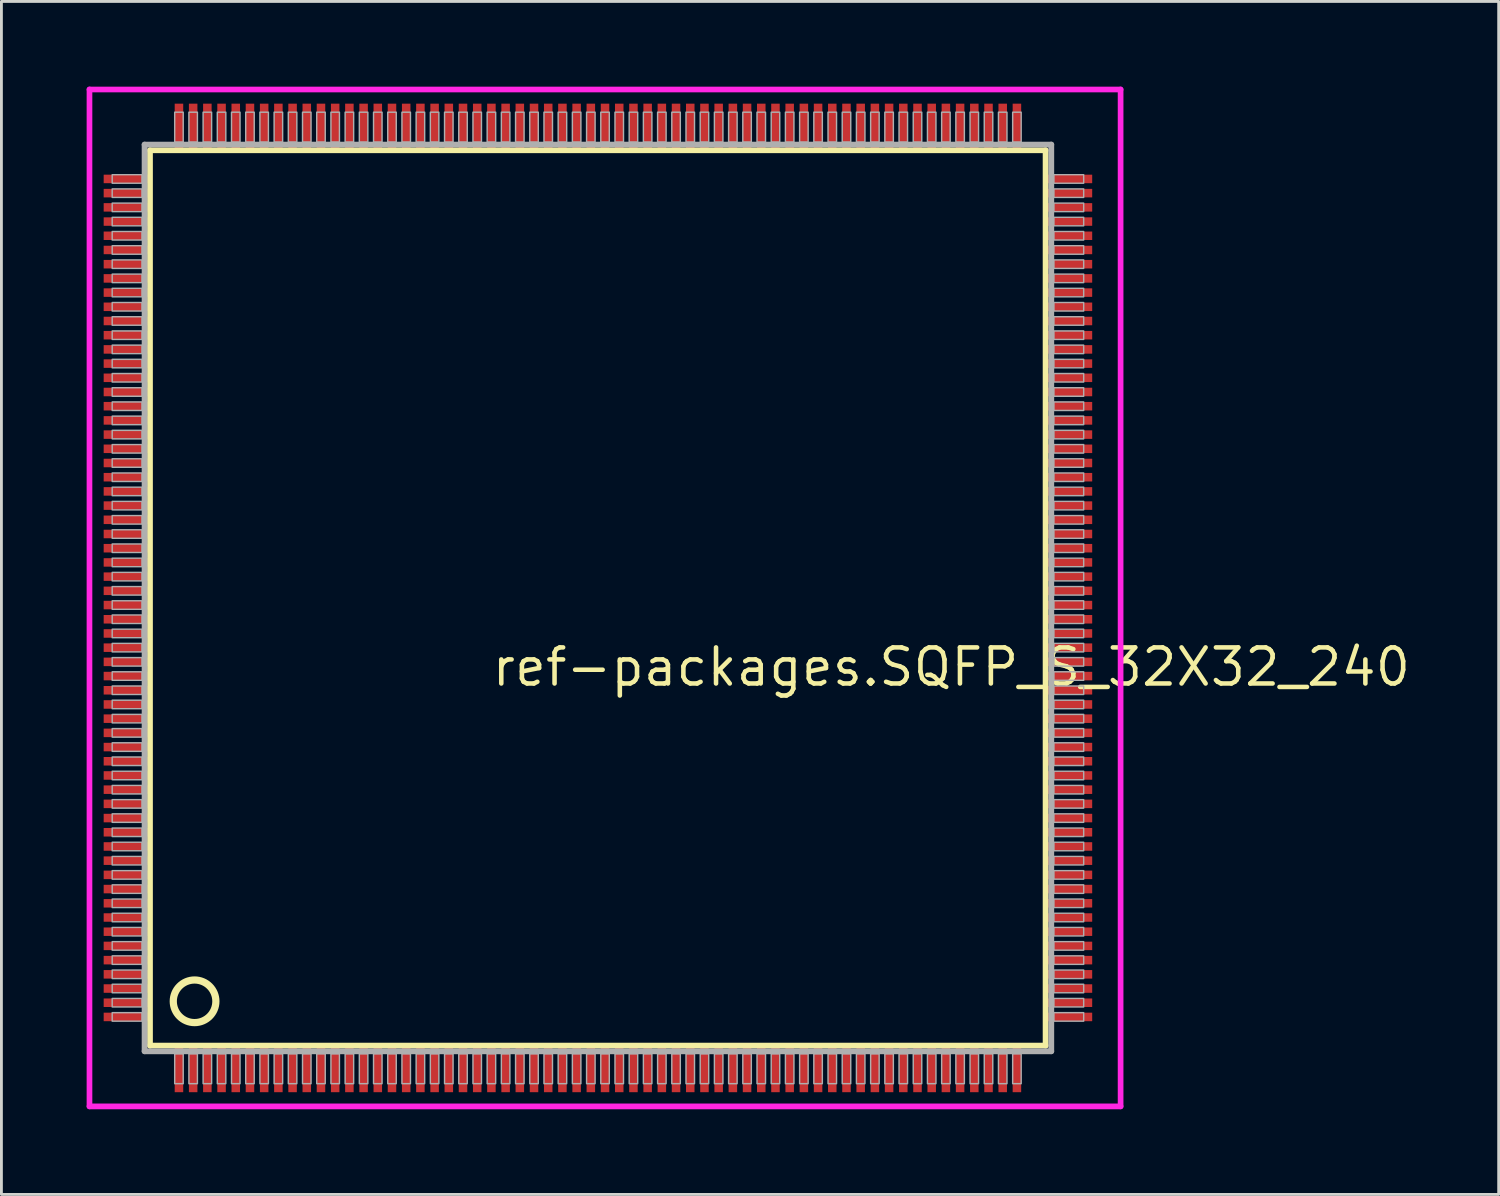
<source format=kicad_pcb>
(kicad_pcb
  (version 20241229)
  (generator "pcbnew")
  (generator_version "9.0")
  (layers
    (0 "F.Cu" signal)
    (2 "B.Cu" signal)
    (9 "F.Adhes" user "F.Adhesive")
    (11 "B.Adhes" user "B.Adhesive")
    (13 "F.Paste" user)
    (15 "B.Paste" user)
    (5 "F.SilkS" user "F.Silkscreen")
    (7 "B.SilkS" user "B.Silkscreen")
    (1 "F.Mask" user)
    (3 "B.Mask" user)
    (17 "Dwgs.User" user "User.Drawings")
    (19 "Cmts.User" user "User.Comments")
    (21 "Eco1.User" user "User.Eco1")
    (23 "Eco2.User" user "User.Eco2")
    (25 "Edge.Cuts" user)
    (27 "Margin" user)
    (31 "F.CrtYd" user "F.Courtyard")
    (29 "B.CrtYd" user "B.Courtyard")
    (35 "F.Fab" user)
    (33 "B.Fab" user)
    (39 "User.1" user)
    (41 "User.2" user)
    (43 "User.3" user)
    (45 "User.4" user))
  (footprint "ref-packages.SQFP_S_32X32_240"
    (layer "F.Cu")
    (at 18 18)
    (property "Reference" "ref-packages.SQFP_S_32X32_240" (at -3.81 3.175 0) (layer "F.SilkS") (effects (font (size 1.27 1.27) (thickness 0.16)) (justify left bottom)))
    (attr smd)
    (fp_line (start -15.77 -15.76) (end 15.76 -15.76) (stroke (width 0.203) (type default)) (layer "F.SilkS"))
    (fp_line (start -15.77 15.76) (end -15.77 -15.76) (stroke (width 0.203) (type default)) (layer "F.SilkS"))
    (fp_line (start 15.76 -15.76) (end 15.76 15.76) (stroke (width 0.203) (type default)) (layer "F.SilkS"))
    (fp_line (start 15.76 15.76) (end -15.77 15.76) (stroke (width 0.203) (type default)) (layer "F.SilkS"))
    (fp_circle (center -14.2 14.2) (end -13.45 14.2) (stroke (width 0.254) (type default)) (fill no) (layer "F.SilkS"))
    (fp_line (start -17.9 -17.9) (end 18.4 -17.9) (stroke (width 0.2) (type default)) (layer "F.CrtYd"))
    (fp_line (start -17.9 17.9) (end -17.9 -17.9) (stroke (width 0.2) (type default)) (layer "F.CrtYd"))
    (fp_line (start 18.4 -17.9) (end 18.4 17.9) (stroke (width 0.2) (type default)) (layer "F.CrtYd"))
    (fp_line (start 18.4 17.9) (end -17.9 17.9) (stroke (width 0.2) (type default)) (layer "F.CrtYd"))
    (fp_line (start -15.96 -15.96) (end -15.96 15.96) (stroke (width 0.203) (type default)) (layer "F.Fab"))
    (fp_line (start -15.96 15.96) (end 15.96 15.96) (stroke (width 0.203) (type default)) (layer "F.Fab"))
    (fp_line (start 15.96 -15.96) (end -15.96 -15.96) (stroke (width 0.203) (type default)) (layer "F.Fab"))
    (fp_line (start 15.96 15.96) (end 15.96 -15.96) (stroke (width 0.203) (type default)) (layer "F.Fab"))
    (fp_rect (start -17.1 -14.6) (end -16.05 -14.9) (stroke (width 0.05) (type default)) (fill no) (layer "F.Fab"))
    (fp_rect (start -17.1 -14.1) (end -16.05 -14.4) (stroke (width 0.05) (type default)) (fill no) (layer "F.Fab"))
    (fp_rect (start -17.1 -13.6) (end -16.05 -13.9) (stroke (width 0.05) (type default)) (fill no) (layer "F.Fab"))
    (fp_rect (start -17.1 -13.1) (end -16.05 -13.4) (stroke (width 0.05) (type default)) (fill no) (layer "F.Fab"))
    (fp_rect (start -17.1 -12.6) (end -16.05 -12.9) (stroke (width 0.05) (type default)) (fill no) (layer "F.Fab"))
    (fp_rect (start -17.1 -12.1) (end -16.05 -12.4) (stroke (width 0.05) (type default)) (fill no) (layer "F.Fab"))
    (fp_rect (start -17.1 -11.6) (end -16.05 -11.9) (stroke (width 0.05) (type default)) (fill no) (layer "F.Fab"))
    (fp_rect (start -17.1 -11.1) (end -16.05 -11.4) (stroke (width 0.05) (type default)) (fill no) (layer "F.Fab"))
    (fp_rect (start -17.1 -10.6) (end -16.05 -10.9) (stroke (width 0.05) (type default)) (fill no) (layer "F.Fab"))
    (fp_rect (start -17.1 -10.1) (end -16.05 -10.4) (stroke (width 0.05) (type default)) (fill no) (layer "F.Fab"))
    (fp_rect (start -17.1 -9.6) (end -16.05 -9.9) (stroke (width 0.05) (type default)) (fill no) (layer "F.Fab"))
    (fp_rect (start -17.1 -9.1) (end -16.05 -9.4) (stroke (width 0.05) (type default)) (fill no) (layer "F.Fab"))
    (fp_rect (start -17.1 -8.6) (end -16.05 -8.9) (stroke (width 0.05) (type default)) (fill no) (layer "F.Fab"))
    (fp_rect (start -17.1 -8.1) (end -16.05 -8.4) (stroke (width 0.05) (type default)) (fill no) (layer "F.Fab"))
    (fp_rect (start -17.1 -7.6) (end -16.05 -7.9) (stroke (width 0.05) (type default)) (fill no) (layer "F.Fab"))
    (fp_rect (start -17.1 -7.1) (end -16.05 -7.4) (stroke (width 0.05) (type default)) (fill no) (layer "F.Fab"))
    (fp_rect (start -17.1 -6.6) (end -16.05 -6.9) (stroke (width 0.05) (type default)) (fill no) (layer "F.Fab"))
    (fp_rect (start -17.1 -6.1) (end -16.05 -6.4) (stroke (width 0.05) (type default)) (fill no) (layer "F.Fab"))
    (fp_rect (start -17.1 -5.6) (end -16.05 -5.9) (stroke (width 0.05) (type default)) (fill no) (layer "F.Fab"))
    (fp_rect (start -17.1 -5.1) (end -16.05 -5.4) (stroke (width 0.05) (type default)) (fill no) (layer "F.Fab"))
    (fp_rect (start -17.1 -4.6) (end -16.05 -4.9) (stroke (width 0.05) (type default)) (fill no) (layer "F.Fab"))
    (fp_rect (start -17.1 -4.1) (end -16.05 -4.4) (stroke (width 0.05) (type default)) (fill no) (layer "F.Fab"))
    (fp_rect (start -17.1 -3.6) (end -16.05 -3.9) (stroke (width 0.05) (type default)) (fill no) (layer "F.Fab"))
    (fp_rect (start -17.1 -3.1) (end -16.05 -3.4) (stroke (width 0.05) (type default)) (fill no) (layer "F.Fab"))
    (fp_rect (start -17.1 -2.6) (end -16.05 -2.9) (stroke (width 0.05) (type default)) (fill no) (layer "F.Fab"))
    (fp_rect (start -17.1 -2.1) (end -16.05 -2.4) (stroke (width 0.05) (type default)) (fill no) (layer "F.Fab"))
    (fp_rect (start -17.1 -1.6) (end -16.05 -1.9) (stroke (width 0.05) (type default)) (fill no) (layer "F.Fab"))
    (fp_rect (start -17.1 -1.1) (end -16.05 -1.4) (stroke (width 0.05) (type default)) (fill no) (layer "F.Fab"))
    (fp_rect (start -17.1 -0.6) (end -16.05 -0.9) (stroke (width 0.05) (type default)) (fill no) (layer "F.Fab"))
    (fp_rect (start -17.1 -0.1) (end -16.05 -0.4) (stroke (width 0.05) (type default)) (fill no) (layer "F.Fab"))
    (fp_rect (start -17.1 0.4) (end -16.05 0.1) (stroke (width 0.05) (type default)) (fill no) (layer "F.Fab"))
    (fp_rect (start -17.1 0.9) (end -16.05 0.6) (stroke (width 0.05) (type default)) (fill no) (layer "F.Fab"))
    (fp_rect (start -17.1 1.4) (end -16.05 1.1) (stroke (width 0.05) (type default)) (fill no) (layer "F.Fab"))
    (fp_rect (start -17.1 1.9) (end -16.05 1.6) (stroke (width 0.05) (type default)) (fill no) (layer "F.Fab"))
    (fp_rect (start -17.1 2.4) (end -16.05 2.1) (stroke (width 0.05) (type default)) (fill no) (layer "F.Fab"))
    (fp_rect (start -17.1 2.9) (end -16.05 2.6) (stroke (width 0.05) (type default)) (fill no) (layer "F.Fab"))
    (fp_rect (start -17.1 3.4) (end -16.05 3.1) (stroke (width 0.05) (type default)) (fill no) (layer "F.Fab"))
    (fp_rect (start -17.1 3.9) (end -16.05 3.6) (stroke (width 0.05) (type default)) (fill no) (layer "F.Fab"))
    (fp_rect (start -17.1 4.4) (end -16.05 4.1) (stroke (width 0.05) (type default)) (fill no) (layer "F.Fab"))
    (fp_rect (start -17.1 4.9) (end -16.05 4.6) (stroke (width 0.05) (type default)) (fill no) (layer "F.Fab"))
    (fp_rect (start -17.1 5.4) (end -16.05 5.1) (stroke (width 0.05) (type default)) (fill no) (layer "F.Fab"))
    (fp_rect (start -17.1 5.9) (end -16.05 5.6) (stroke (width 0.05) (type default)) (fill no) (layer "F.Fab"))
    (fp_rect (start -17.1 6.4) (end -16.05 6.1) (stroke (width 0.05) (type default)) (fill no) (layer "F.Fab"))
    (fp_rect (start -17.1 6.9) (end -16.05 6.6) (stroke (width 0.05) (type default)) (fill no) (layer "F.Fab"))
    (fp_rect (start -17.1 7.4) (end -16.05 7.1) (stroke (width 0.05) (type default)) (fill no) (layer "F.Fab"))
    (fp_rect (start -17.1 7.9) (end -16.05 7.6) (stroke (width 0.05) (type default)) (fill no) (layer "F.Fab"))
    (fp_rect (start -17.1 8.4) (end -16.05 8.1) (stroke (width 0.05) (type default)) (fill no) (layer "F.Fab"))
    (fp_rect (start -17.1 8.9) (end -16.05 8.6) (stroke (width 0.05) (type default)) (fill no) (layer "F.Fab"))
    (fp_rect (start -17.1 9.4) (end -16.05 9.1) (stroke (width 0.05) (type default)) (fill no) (layer "F.Fab"))
    (fp_rect (start -17.1 9.9) (end -16.05 9.6) (stroke (width 0.05) (type default)) (fill no) (layer "F.Fab"))
    (fp_rect (start -17.1 10.4) (end -16.05 10.1) (stroke (width 0.05) (type default)) (fill no) (layer "F.Fab"))
    (fp_rect (start -17.1 10.9) (end -16.05 10.6) (stroke (width 0.05) (type default)) (fill no) (layer "F.Fab"))
    (fp_rect (start -17.1 11.4) (end -16.05 11.1) (stroke (width 0.05) (type default)) (fill no) (layer "F.Fab"))
    (fp_rect (start -17.1 11.9) (end -16.05 11.6) (stroke (width 0.05) (type default)) (fill no) (layer "F.Fab"))
    (fp_rect (start -17.1 12.4) (end -16.05 12.1) (stroke (width 0.05) (type default)) (fill no) (layer "F.Fab"))
    (fp_rect (start -17.1 12.9) (end -16.05 12.6) (stroke (width 0.05) (type default)) (fill no) (layer "F.Fab"))
    (fp_rect (start -17.1 13.4) (end -16.05 13.1) (stroke (width 0.05) (type default)) (fill no) (layer "F.Fab"))
    (fp_rect (start -17.1 13.9) (end -16.05 13.6) (stroke (width 0.05) (type default)) (fill no) (layer "F.Fab"))
    (fp_rect (start -17.1 14.4) (end -16.05 14.1) (stroke (width 0.05) (type default)) (fill no) (layer "F.Fab"))
    (fp_rect (start -17.1 14.9) (end -16.05 14.6) (stroke (width 0.05) (type default)) (fill no) (layer "F.Fab"))
    (fp_rect (start -14.9 -16.05) (end -14.6 -17.1) (stroke (width 0.05) (type default)) (fill no) (layer "F.Fab"))
    (fp_rect (start -14.9 17.1) (end -14.6 16.05) (stroke (width 0.05) (type default)) (fill no) (layer "F.Fab"))
    (fp_rect (start -14.4 -16.05) (end -14.1 -17.1) (stroke (width 0.05) (type default)) (fill no) (layer "F.Fab"))
    (fp_rect (start -14.4 17.1) (end -14.1 16.05) (stroke (width 0.05) (type default)) (fill no) (layer "F.Fab"))
    (fp_rect (start -13.9 -16.05) (end -13.6 -17.1) (stroke (width 0.05) (type default)) (fill no) (layer "F.Fab"))
    (fp_rect (start -13.9 17.1) (end -13.6 16.05) (stroke (width 0.05) (type default)) (fill no) (layer "F.Fab"))
    (fp_rect (start -13.4 -16.05) (end -13.1 -17.1) (stroke (width 0.05) (type default)) (fill no) (layer "F.Fab"))
    (fp_rect (start -13.4 17.1) (end -13.1 16.05) (stroke (width 0.05) (type default)) (fill no) (layer "F.Fab"))
    (fp_rect (start -12.9 -16.05) (end -12.6 -17.1) (stroke (width 0.05) (type default)) (fill no) (layer "F.Fab"))
    (fp_rect (start -12.9 17.1) (end -12.6 16.05) (stroke (width 0.05) (type default)) (fill no) (layer "F.Fab"))
    (fp_rect (start -12.4 -16.05) (end -12.1 -17.1) (stroke (width 0.05) (type default)) (fill no) (layer "F.Fab"))
    (fp_rect (start -12.4 17.1) (end -12.1 16.05) (stroke (width 0.05) (type default)) (fill no) (layer "F.Fab"))
    (fp_rect (start -11.9 -16.05) (end -11.6 -17.1) (stroke (width 0.05) (type default)) (fill no) (layer "F.Fab"))
    (fp_rect (start -11.9 17.1) (end -11.6 16.05) (stroke (width 0.05) (type default)) (fill no) (layer "F.Fab"))
    (fp_rect (start -11.4 -16.05) (end -11.1 -17.1) (stroke (width 0.05) (type default)) (fill no) (layer "F.Fab"))
    (fp_rect (start -11.4 17.1) (end -11.1 16.05) (stroke (width 0.05) (type default)) (fill no) (layer "F.Fab"))
    (fp_rect (start -10.9 -16.05) (end -10.6 -17.1) (stroke (width 0.05) (type default)) (fill no) (layer "F.Fab"))
    (fp_rect (start -10.9 17.1) (end -10.6 16.05) (stroke (width 0.05) (type default)) (fill no) (layer "F.Fab"))
    (fp_rect (start -10.4 -16.05) (end -10.1 -17.1) (stroke (width 0.05) (type default)) (fill no) (layer "F.Fab"))
    (fp_rect (start -10.4 17.1) (end -10.1 16.05) (stroke (width 0.05) (type default)) (fill no) (layer "F.Fab"))
    (fp_rect (start -9.9 -16.05) (end -9.6 -17.1) (stroke (width 0.05) (type default)) (fill no) (layer "F.Fab"))
    (fp_rect (start -9.9 17.1) (end -9.6 16.05) (stroke (width 0.05) (type default)) (fill no) (layer "F.Fab"))
    (fp_rect (start -9.4 -16.05) (end -9.1 -17.1) (stroke (width 0.05) (type default)) (fill no) (layer "F.Fab"))
    (fp_rect (start -9.4 17.1) (end -9.1 16.05) (stroke (width 0.05) (type default)) (fill no) (layer "F.Fab"))
    (fp_rect (start -8.9 -16.05) (end -8.6 -17.1) (stroke (width 0.05) (type default)) (fill no) (layer "F.Fab"))
    (fp_rect (start -8.9 17.1) (end -8.6 16.05) (stroke (width 0.05) (type default)) (fill no) (layer "F.Fab"))
    (fp_rect (start -8.4 -16.05) (end -8.1 -17.1) (stroke (width 0.05) (type default)) (fill no) (layer "F.Fab"))
    (fp_rect (start -8.4 17.1) (end -8.1 16.05) (stroke (width 0.05) (type default)) (fill no) (layer "F.Fab"))
    (fp_rect (start -7.9 -16.05) (end -7.6 -17.1) (stroke (width 0.05) (type default)) (fill no) (layer "F.Fab"))
    (fp_rect (start -7.9 17.1) (end -7.6 16.05) (stroke (width 0.05) (type default)) (fill no) (layer "F.Fab"))
    (fp_rect (start -7.4 -16.05) (end -7.1 -17.1) (stroke (width 0.05) (type default)) (fill no) (layer "F.Fab"))
    (fp_rect (start -7.4 17.1) (end -7.1 16.05) (stroke (width 0.05) (type default)) (fill no) (layer "F.Fab"))
    (fp_rect (start -6.9 -16.05) (end -6.6 -17.1) (stroke (width 0.05) (type default)) (fill no) (layer "F.Fab"))
    (fp_rect (start -6.9 17.1) (end -6.6 16.05) (stroke (width 0.05) (type default)) (fill no) (layer "F.Fab"))
    (fp_rect (start -6.4 -16.05) (end -6.1 -17.1) (stroke (width 0.05) (type default)) (fill no) (layer "F.Fab"))
    (fp_rect (start -6.4 17.1) (end -6.1 16.05) (stroke (width 0.05) (type default)) (fill no) (layer "F.Fab"))
    (fp_rect (start -5.9 -16.05) (end -5.6 -17.1) (stroke (width 0.05) (type default)) (fill no) (layer "F.Fab"))
    (fp_rect (start -5.9 17.1) (end -5.6 16.05) (stroke (width 0.05) (type default)) (fill no) (layer "F.Fab"))
    (fp_rect (start -5.4 -16.05) (end -5.1 -17.1) (stroke (width 0.05) (type default)) (fill no) (layer "F.Fab"))
    (fp_rect (start -5.4 17.1) (end -5.1 16.05) (stroke (width 0.05) (type default)) (fill no) (layer "F.Fab"))
    (fp_rect (start -4.9 -16.05) (end -4.6 -17.1) (stroke (width 0.05) (type default)) (fill no) (layer "F.Fab"))
    (fp_rect (start -4.9 17.1) (end -4.6 16.05) (stroke (width 0.05) (type default)) (fill no) (layer "F.Fab"))
    (fp_rect (start -4.4 -16.05) (end -4.1 -17.1) (stroke (width 0.05) (type default)) (fill no) (layer "F.Fab"))
    (fp_rect (start -4.4 17.1) (end -4.1 16.05) (stroke (width 0.05) (type default)) (fill no) (layer "F.Fab"))
    (fp_rect (start -3.9 -16.05) (end -3.6 -17.1) (stroke (width 0.05) (type default)) (fill no) (layer "F.Fab"))
    (fp_rect (start -3.9 17.1) (end -3.6 16.05) (stroke (width 0.05) (type default)) (fill no) (layer "F.Fab"))
    (fp_rect (start -3.4 -16.05) (end -3.1 -17.1) (stroke (width 0.05) (type default)) (fill no) (layer "F.Fab"))
    (fp_rect (start -3.4 17.1) (end -3.1 16.05) (stroke (width 0.05) (type default)) (fill no) (layer "F.Fab"))
    (fp_rect (start -2.9 -16.05) (end -2.6 -17.1) (stroke (width 0.05) (type default)) (fill no) (layer "F.Fab"))
    (fp_rect (start -2.9 17.1) (end -2.6 16.05) (stroke (width 0.05) (type default)) (fill no) (layer "F.Fab"))
    (fp_rect (start -2.4 -16.05) (end -2.1 -17.1) (stroke (width 0.05) (type default)) (fill no) (layer "F.Fab"))
    (fp_rect (start -2.4 17.1) (end -2.1 16.05) (stroke (width 0.05) (type default)) (fill no) (layer "F.Fab"))
    (fp_rect (start -1.9 -16.05) (end -1.6 -17.1) (stroke (width 0.05) (type default)) (fill no) (layer "F.Fab"))
    (fp_rect (start -1.9 17.1) (end -1.6 16.05) (stroke (width 0.05) (type default)) (fill no) (layer "F.Fab"))
    (fp_rect (start -1.4 -16.05) (end -1.1 -17.1) (stroke (width 0.05) (type default)) (fill no) (layer "F.Fab"))
    (fp_rect (start -1.4 17.1) (end -1.1 16.05) (stroke (width 0.05) (type default)) (fill no) (layer "F.Fab"))
    (fp_rect (start -0.9 -16.05) (end -0.6 -17.1) (stroke (width 0.05) (type default)) (fill no) (layer "F.Fab"))
    (fp_rect (start -0.9 17.1) (end -0.6 16.05) (stroke (width 0.05) (type default)) (fill no) (layer "F.Fab"))
    (fp_rect (start -0.4 -16.05) (end -0.1 -17.1) (stroke (width 0.05) (type default)) (fill no) (layer "F.Fab"))
    (fp_rect (start -0.4 17.1) (end -0.1 16.05) (stroke (width 0.05) (type default)) (fill no) (layer "F.Fab"))
    (fp_rect (start 0.1 -16.05) (end 0.4 -17.1) (stroke (width 0.05) (type default)) (fill no) (layer "F.Fab"))
    (fp_rect (start 0.1 17.1) (end 0.4 16.05) (stroke (width 0.05) (type default)) (fill no) (layer "F.Fab"))
    (fp_rect (start 0.6 -16.05) (end 0.9 -17.1) (stroke (width 0.05) (type default)) (fill no) (layer "F.Fab"))
    (fp_rect (start 0.6 17.1) (end 0.9 16.05) (stroke (width 0.05) (type default)) (fill no) (layer "F.Fab"))
    (fp_rect (start 1.1 -16.05) (end 1.4 -17.1) (stroke (width 0.05) (type default)) (fill no) (layer "F.Fab"))
    (fp_rect (start 1.1 17.1) (end 1.4 16.05) (stroke (width 0.05) (type default)) (fill no) (layer "F.Fab"))
    (fp_rect (start 1.6 -16.05) (end 1.9 -17.1) (stroke (width 0.05) (type default)) (fill no) (layer "F.Fab"))
    (fp_rect (start 1.6 17.1) (end 1.9 16.05) (stroke (width 0.05) (type default)) (fill no) (layer "F.Fab"))
    (fp_rect (start 2.1 -16.05) (end 2.4 -17.1) (stroke (width 0.05) (type default)) (fill no) (layer "F.Fab"))
    (fp_rect (start 2.1 17.1) (end 2.4 16.05) (stroke (width 0.05) (type default)) (fill no) (layer "F.Fab"))
    (fp_rect (start 2.6 -16.05) (end 2.9 -17.1) (stroke (width 0.05) (type default)) (fill no) (layer "F.Fab"))
    (fp_rect (start 2.6 17.1) (end 2.9 16.05) (stroke (width 0.05) (type default)) (fill no) (layer "F.Fab"))
    (fp_rect (start 3.1 -16.05) (end 3.4 -17.1) (stroke (width 0.05) (type default)) (fill no) (layer "F.Fab"))
    (fp_rect (start 3.1 17.1) (end 3.4 16.05) (stroke (width 0.05) (type default)) (fill no) (layer "F.Fab"))
    (fp_rect (start 3.6 -16.05) (end 3.9 -17.1) (stroke (width 0.05) (type default)) (fill no) (layer "F.Fab"))
    (fp_rect (start 3.6 17.1) (end 3.9 16.05) (stroke (width 0.05) (type default)) (fill no) (layer "F.Fab"))
    (fp_rect (start 4.1 -16.05) (end 4.4 -17.1) (stroke (width 0.05) (type default)) (fill no) (layer "F.Fab"))
    (fp_rect (start 4.1 17.1) (end 4.4 16.05) (stroke (width 0.05) (type default)) (fill no) (layer "F.Fab"))
    (fp_rect (start 4.6 -16.05) (end 4.9 -17.1) (stroke (width 0.05) (type default)) (fill no) (layer "F.Fab"))
    (fp_rect (start 4.6 17.1) (end 4.9 16.05) (stroke (width 0.05) (type default)) (fill no) (layer "F.Fab"))
    (fp_rect (start 5.1 -16.05) (end 5.4 -17.1) (stroke (width 0.05) (type default)) (fill no) (layer "F.Fab"))
    (fp_rect (start 5.1 17.1) (end 5.4 16.05) (stroke (width 0.05) (type default)) (fill no) (layer "F.Fab"))
    (fp_rect (start 5.6 -16.05) (end 5.9 -17.1) (stroke (width 0.05) (type default)) (fill no) (layer "F.Fab"))
    (fp_rect (start 5.6 17.1) (end 5.9 16.05) (stroke (width 0.05) (type default)) (fill no) (layer "F.Fab"))
    (fp_rect (start 6.1 -16.05) (end 6.4 -17.1) (stroke (width 0.05) (type default)) (fill no) (layer "F.Fab"))
    (fp_rect (start 6.1 17.1) (end 6.4 16.05) (stroke (width 0.05) (type default)) (fill no) (layer "F.Fab"))
    (fp_rect (start 6.6 -16.05) (end 6.9 -17.1) (stroke (width 0.05) (type default)) (fill no) (layer "F.Fab"))
    (fp_rect (start 6.6 17.1) (end 6.9 16.05) (stroke (width 0.05) (type default)) (fill no) (layer "F.Fab"))
    (fp_rect (start 7.1 -16.05) (end 7.4 -17.1) (stroke (width 0.05) (type default)) (fill no) (layer "F.Fab"))
    (fp_rect (start 7.1 17.1) (end 7.4 16.05) (stroke (width 0.05) (type default)) (fill no) (layer "F.Fab"))
    (fp_rect (start 7.6 -16.05) (end 7.9 -17.1) (stroke (width 0.05) (type default)) (fill no) (layer "F.Fab"))
    (fp_rect (start 7.6 17.1) (end 7.9 16.05) (stroke (width 0.05) (type default)) (fill no) (layer "F.Fab"))
    (fp_rect (start 8.1 -16.05) (end 8.4 -17.1) (stroke (width 0.05) (type default)) (fill no) (layer "F.Fab"))
    (fp_rect (start 8.1 17.1) (end 8.4 16.05) (stroke (width 0.05) (type default)) (fill no) (layer "F.Fab"))
    (fp_rect (start 8.6 -16.05) (end 8.9 -17.1) (stroke (width 0.05) (type default)) (fill no) (layer "F.Fab"))
    (fp_rect (start 8.6 17.1) (end 8.9 16.05) (stroke (width 0.05) (type default)) (fill no) (layer "F.Fab"))
    (fp_rect (start 9.1 -16.05) (end 9.4 -17.1) (stroke (width 0.05) (type default)) (fill no) (layer "F.Fab"))
    (fp_rect (start 9.1 17.1) (end 9.4 16.05) (stroke (width 0.05) (type default)) (fill no) (layer "F.Fab"))
    (fp_rect (start 9.6 -16.05) (end 9.9 -17.1) (stroke (width 0.05) (type default)) (fill no) (layer "F.Fab"))
    (fp_rect (start 9.6 17.1) (end 9.9 16.05) (stroke (width 0.05) (type default)) (fill no) (layer "F.Fab"))
    (fp_rect (start 10.1 -16.05) (end 10.4 -17.1) (stroke (width 0.05) (type default)) (fill no) (layer "F.Fab"))
    (fp_rect (start 10.1 17.1) (end 10.4 16.05) (stroke (width 0.05) (type default)) (fill no) (layer "F.Fab"))
    (fp_rect (start 10.6 -16.05) (end 10.9 -17.1) (stroke (width 0.05) (type default)) (fill no) (layer "F.Fab"))
    (fp_rect (start 10.6 17.1) (end 10.9 16.05) (stroke (width 0.05) (type default)) (fill no) (layer "F.Fab"))
    (fp_rect (start 11.1 -16.05) (end 11.4 -17.1) (stroke (width 0.05) (type default)) (fill no) (layer "F.Fab"))
    (fp_rect (start 11.1 17.1) (end 11.4 16.05) (stroke (width 0.05) (type default)) (fill no) (layer "F.Fab"))
    (fp_rect (start 11.6 -16.05) (end 11.9 -17.1) (stroke (width 0.05) (type default)) (fill no) (layer "F.Fab"))
    (fp_rect (start 11.6 17.1) (end 11.9 16.05) (stroke (width 0.05) (type default)) (fill no) (layer "F.Fab"))
    (fp_rect (start 12.1 -16.05) (end 12.4 -17.1) (stroke (width 0.05) (type default)) (fill no) (layer "F.Fab"))
    (fp_rect (start 12.1 17.1) (end 12.4 16.05) (stroke (width 0.05) (type default)) (fill no) (layer "F.Fab"))
    (fp_rect (start 12.6 -16.05) (end 12.9 -17.1) (stroke (width 0.05) (type default)) (fill no) (layer "F.Fab"))
    (fp_rect (start 12.6 17.1) (end 12.9 16.05) (stroke (width 0.05) (type default)) (fill no) (layer "F.Fab"))
    (fp_rect (start 13.1 -16.05) (end 13.4 -17.1) (stroke (width 0.05) (type default)) (fill no) (layer "F.Fab"))
    (fp_rect (start 13.1 17.1) (end 13.4 16.05) (stroke (width 0.05) (type default)) (fill no) (layer "F.Fab"))
    (fp_rect (start 13.6 -16.05) (end 13.9 -17.1) (stroke (width 0.05) (type default)) (fill no) (layer "F.Fab"))
    (fp_rect (start 13.6 17.1) (end 13.9 16.05) (stroke (width 0.05) (type default)) (fill no) (layer "F.Fab"))
    (fp_rect (start 14.1 -16.05) (end 14.4 -17.1) (stroke (width 0.05) (type default)) (fill no) (layer "F.Fab"))
    (fp_rect (start 14.1 17.1) (end 14.4 16.05) (stroke (width 0.05) (type default)) (fill no) (layer "F.Fab"))
    (fp_rect (start 14.6 -16.05) (end 14.9 -17.1) (stroke (width 0.05) (type default)) (fill no) (layer "F.Fab"))
    (fp_rect (start 14.6 17.1) (end 14.9 16.05) (stroke (width 0.05) (type default)) (fill no) (layer "F.Fab"))
    (fp_rect (start 16.05 -14.6) (end 17.1 -14.9) (stroke (width 0.05) (type default)) (fill no) (layer "F.Fab"))
    (fp_rect (start 16.05 -14.1) (end 17.1 -14.4) (stroke (width 0.05) (type default)) (fill no) (layer "F.Fab"))
    (fp_rect (start 16.05 -13.6) (end 17.1 -13.9) (stroke (width 0.05) (type default)) (fill no) (layer "F.Fab"))
    (fp_rect (start 16.05 -13.1) (end 17.1 -13.4) (stroke (width 0.05) (type default)) (fill no) (layer "F.Fab"))
    (fp_rect (start 16.05 -12.6) (end 17.1 -12.9) (stroke (width 0.05) (type default)) (fill no) (layer "F.Fab"))
    (fp_rect (start 16.05 -12.1) (end 17.1 -12.4) (stroke (width 0.05) (type default)) (fill no) (layer "F.Fab"))
    (fp_rect (start 16.05 -11.6) (end 17.1 -11.9) (stroke (width 0.05) (type default)) (fill no) (layer "F.Fab"))
    (fp_rect (start 16.05 -11.1) (end 17.1 -11.4) (stroke (width 0.05) (type default)) (fill no) (layer "F.Fab"))
    (fp_rect (start 16.05 -10.6) (end 17.1 -10.9) (stroke (width 0.05) (type default)) (fill no) (layer "F.Fab"))
    (fp_rect (start 16.05 -10.1) (end 17.1 -10.4) (stroke (width 0.05) (type default)) (fill no) (layer "F.Fab"))
    (fp_rect (start 16.05 -9.6) (end 17.1 -9.9) (stroke (width 0.05) (type default)) (fill no) (layer "F.Fab"))
    (fp_rect (start 16.05 -9.1) (end 17.1 -9.4) (stroke (width 0.05) (type default)) (fill no) (layer "F.Fab"))
    (fp_rect (start 16.05 -8.6) (end 17.1 -8.9) (stroke (width 0.05) (type default)) (fill no) (layer "F.Fab"))
    (fp_rect (start 16.05 -8.1) (end 17.1 -8.4) (stroke (width 0.05) (type default)) (fill no) (layer "F.Fab"))
    (fp_rect (start 16.05 -7.6) (end 17.1 -7.9) (stroke (width 0.05) (type default)) (fill no) (layer "F.Fab"))
    (fp_rect (start 16.05 -7.1) (end 17.1 -7.4) (stroke (width 0.05) (type default)) (fill no) (layer "F.Fab"))
    (fp_rect (start 16.05 -6.6) (end 17.1 -6.9) (stroke (width 0.05) (type default)) (fill no) (layer "F.Fab"))
    (fp_rect (start 16.05 -6.1) (end 17.1 -6.4) (stroke (width 0.05) (type default)) (fill no) (layer "F.Fab"))
    (fp_rect (start 16.05 -5.6) (end 17.1 -5.9) (stroke (width 0.05) (type default)) (fill no) (layer "F.Fab"))
    (fp_rect (start 16.05 -5.1) (end 17.1 -5.4) (stroke (width 0.05) (type default)) (fill no) (layer "F.Fab"))
    (fp_rect (start 16.05 -4.6) (end 17.1 -4.9) (stroke (width 0.05) (type default)) (fill no) (layer "F.Fab"))
    (fp_rect (start 16.05 -4.1) (end 17.1 -4.4) (stroke (width 0.05) (type default)) (fill no) (layer "F.Fab"))
    (fp_rect (start 16.05 -3.6) (end 17.1 -3.9) (stroke (width 0.05) (type default)) (fill no) (layer "F.Fab"))
    (fp_rect (start 16.05 -3.1) (end 17.1 -3.4) (stroke (width 0.05) (type default)) (fill no) (layer "F.Fab"))
    (fp_rect (start 16.05 -2.6) (end 17.1 -2.9) (stroke (width 0.05) (type default)) (fill no) (layer "F.Fab"))
    (fp_rect (start 16.05 -2.1) (end 17.1 -2.4) (stroke (width 0.05) (type default)) (fill no) (layer "F.Fab"))
    (fp_rect (start 16.05 -1.6) (end 17.1 -1.9) (stroke (width 0.05) (type default)) (fill no) (layer "F.Fab"))
    (fp_rect (start 16.05 -1.1) (end 17.1 -1.4) (stroke (width 0.05) (type default)) (fill no) (layer "F.Fab"))
    (fp_rect (start 16.05 -0.6) (end 17.1 -0.9) (stroke (width 0.05) (type default)) (fill no) (layer "F.Fab"))
    (fp_rect (start 16.05 -0.1) (end 17.1 -0.4) (stroke (width 0.05) (type default)) (fill no) (layer "F.Fab"))
    (fp_rect (start 16.05 0.4) (end 17.1 0.1) (stroke (width 0.05) (type default)) (fill no) (layer "F.Fab"))
    (fp_rect (start 16.05 0.9) (end 17.1 0.6) (stroke (width 0.05) (type default)) (fill no) (layer "F.Fab"))
    (fp_rect (start 16.05 1.4) (end 17.1 1.1) (stroke (width 0.05) (type default)) (fill no) (layer "F.Fab"))
    (fp_rect (start 16.05 1.9) (end 17.1 1.6) (stroke (width 0.05) (type default)) (fill no) (layer "F.Fab"))
    (fp_rect (start 16.05 2.4) (end 17.1 2.1) (stroke (width 0.05) (type default)) (fill no) (layer "F.Fab"))
    (fp_rect (start 16.05 2.9) (end 17.1 2.6) (stroke (width 0.05) (type default)) (fill no) (layer "F.Fab"))
    (fp_rect (start 16.05 3.4) (end 17.1 3.1) (stroke (width 0.05) (type default)) (fill no) (layer "F.Fab"))
    (fp_rect (start 16.05 3.9) (end 17.1 3.6) (stroke (width 0.05) (type default)) (fill no) (layer "F.Fab"))
    (fp_rect (start 16.05 4.4) (end 17.1 4.1) (stroke (width 0.05) (type default)) (fill no) (layer "F.Fab"))
    (fp_rect (start 16.05 4.9) (end 17.1 4.6) (stroke (width 0.05) (type default)) (fill no) (layer "F.Fab"))
    (fp_rect (start 16.05 5.4) (end 17.1 5.1) (stroke (width 0.05) (type default)) (fill no) (layer "F.Fab"))
    (fp_rect (start 16.05 5.9) (end 17.1 5.6) (stroke (width 0.05) (type default)) (fill no) (layer "F.Fab"))
    (fp_rect (start 16.05 6.4) (end 17.1 6.1) (stroke (width 0.05) (type default)) (fill no) (layer "F.Fab"))
    (fp_rect (start 16.05 6.9) (end 17.1 6.6) (stroke (width 0.05) (type default)) (fill no) (layer "F.Fab"))
    (fp_rect (start 16.05 7.4) (end 17.1 7.1) (stroke (width 0.05) (type default)) (fill no) (layer "F.Fab"))
    (fp_rect (start 16.05 7.9) (end 17.1 7.6) (stroke (width 0.05) (type default)) (fill no) (layer "F.Fab"))
    (fp_rect (start 16.05 8.4) (end 17.1 8.1) (stroke (width 0.05) (type default)) (fill no) (layer "F.Fab"))
    (fp_rect (start 16.05 8.9) (end 17.1 8.6) (stroke (width 0.05) (type default)) (fill no) (layer "F.Fab"))
    (fp_rect (start 16.05 9.4) (end 17.1 9.1) (stroke (width 0.05) (type default)) (fill no) (layer "F.Fab"))
    (fp_rect (start 16.05 9.9) (end 17.1 9.6) (stroke (width 0.05) (type default)) (fill no) (layer "F.Fab"))
    (fp_rect (start 16.05 10.4) (end 17.1 10.1) (stroke (width 0.05) (type default)) (fill no) (layer "F.Fab"))
    (fp_rect (start 16.05 10.9) (end 17.1 10.6) (stroke (width 0.05) (type default)) (fill no) (layer "F.Fab"))
    (fp_rect (start 16.05 11.4) (end 17.1 11.1) (stroke (width 0.05) (type default)) (fill no) (layer "F.Fab"))
    (fp_rect (start 16.05 11.9) (end 17.1 11.6) (stroke (width 0.05) (type default)) (fill no) (layer "F.Fab"))
    (fp_rect (start 16.05 12.4) (end 17.1 12.1) (stroke (width 0.05) (type default)) (fill no) (layer "F.Fab"))
    (fp_rect (start 16.05 12.9) (end 17.1 12.6) (stroke (width 0.05) (type default)) (fill no) (layer "F.Fab"))
    (fp_rect (start 16.05 13.4) (end 17.1 13.1) (stroke (width 0.05) (type default)) (fill no) (layer "F.Fab"))
    (fp_rect (start 16.05 13.9) (end 17.1 13.6) (stroke (width 0.05) (type default)) (fill no) (layer "F.Fab"))
    (fp_rect (start 16.05 14.4) (end 17.1 14.1) (stroke (width 0.05) (type default)) (fill no) (layer "F.Fab"))
    (fp_rect (start 16.05 14.9) (end 17.1 14.6) (stroke (width 0.05) (type default)) (fill no) (layer "F.Fab"))
    (pad "1" smd roundrect (at -14.75 16.6) (size 0.3 1.6) (layers "F.Cu" "F.Mask" "F.Paste") (roundrect_rratio 0.01))
    (pad "2" smd roundrect (at -14.25 16.6) (size 0.3 1.6) (layers "F.Cu" "F.Mask" "F.Paste") (roundrect_rratio 0.01))
    (pad "3" smd roundrect (at -13.75 16.6) (size 0.3 1.6) (layers "F.Cu" "F.Mask" "F.Paste") (roundrect_rratio 0.01))
    (pad "4" smd roundrect (at -13.25 16.6) (size 0.3 1.6) (layers "F.Cu" "F.Mask" "F.Paste") (roundrect_rratio 0.01))
    (pad "5" smd roundrect (at -12.75 16.6) (size 0.3 1.6) (layers "F.Cu" "F.Mask" "F.Paste") (roundrect_rratio 0.01))
    (pad "6" smd roundrect (at -12.25 16.6) (size 0.3 1.6) (layers "F.Cu" "F.Mask" "F.Paste") (roundrect_rratio 0.01))
    (pad "7" smd roundrect (at -11.75 16.6) (size 0.3 1.6) (layers "F.Cu" "F.Mask" "F.Paste") (roundrect_rratio 0.01))
    (pad "8" smd roundrect (at -11.25 16.6) (size 0.3 1.6) (layers "F.Cu" "F.Mask" "F.Paste") (roundrect_rratio 0.01))
    (pad "9" smd roundrect (at -10.75 16.6) (size 0.3 1.6) (layers "F.Cu" "F.Mask" "F.Paste") (roundrect_rratio 0.01))
    (pad "10" smd roundrect (at -10.25 16.6) (size 0.3 1.6) (layers "F.Cu" "F.Mask" "F.Paste") (roundrect_rratio 0.01))
    (pad "11" smd roundrect (at -9.75 16.6) (size 0.3 1.6) (layers "F.Cu" "F.Mask" "F.Paste") (roundrect_rratio 0.01))
    (pad "12" smd roundrect (at -9.25 16.6) (size 0.3 1.6) (layers "F.Cu" "F.Mask" "F.Paste") (roundrect_rratio 0.01))
    (pad "13" smd roundrect (at -8.75 16.6) (size 0.3 1.6) (layers "F.Cu" "F.Mask" "F.Paste") (roundrect_rratio 0.01))
    (pad "14" smd roundrect (at -8.25 16.6) (size 0.3 1.6) (layers "F.Cu" "F.Mask" "F.Paste") (roundrect_rratio 0.01))
    (pad "15" smd roundrect (at -7.75 16.6) (size 0.3 1.6) (layers "F.Cu" "F.Mask" "F.Paste") (roundrect_rratio 0.01))
    (pad "16" smd roundrect (at -7.25 16.6) (size 0.3 1.6) (layers "F.Cu" "F.Mask" "F.Paste") (roundrect_rratio 0.01))
    (pad "17" smd roundrect (at -6.75 16.6) (size 0.3 1.6) (layers "F.Cu" "F.Mask" "F.Paste") (roundrect_rratio 0.01))
    (pad "18" smd roundrect (at -6.25 16.6) (size 0.3 1.6) (layers "F.Cu" "F.Mask" "F.Paste") (roundrect_rratio 0.01))
    (pad "19" smd roundrect (at -5.75 16.6) (size 0.3 1.6) (layers "F.Cu" "F.Mask" "F.Paste") (roundrect_rratio 0.01))
    (pad "20" smd roundrect (at -5.25 16.6) (size 0.3 1.6) (layers "F.Cu" "F.Mask" "F.Paste") (roundrect_rratio 0.01))
    (pad "21" smd roundrect (at -4.75 16.6) (size 0.3 1.6) (layers "F.Cu" "F.Mask" "F.Paste") (roundrect_rratio 0.01))
    (pad "22" smd roundrect (at -4.25 16.6) (size 0.3 1.6) (layers "F.Cu" "F.Mask" "F.Paste") (roundrect_rratio 0.01))
    (pad "23" smd roundrect (at -3.75 16.6) (size 0.3 1.6) (layers "F.Cu" "F.Mask" "F.Paste") (roundrect_rratio 0.01))
    (pad "24" smd roundrect (at -3.25 16.6) (size 0.3 1.6) (layers "F.Cu" "F.Mask" "F.Paste") (roundrect_rratio 0.01))
    (pad "25" smd roundrect (at -2.75 16.6) (size 0.3 1.6) (layers "F.Cu" "F.Mask" "F.Paste") (roundrect_rratio 0.01))
    (pad "26" smd roundrect (at -2.25 16.6) (size 0.3 1.6) (layers "F.Cu" "F.Mask" "F.Paste") (roundrect_rratio 0.01))
    (pad "27" smd roundrect (at -1.75 16.6) (size 0.3 1.6) (layers "F.Cu" "F.Mask" "F.Paste") (roundrect_rratio 0.01))
    (pad "28" smd roundrect (at -1.25 16.6) (size 0.3 1.6) (layers "F.Cu" "F.Mask" "F.Paste") (roundrect_rratio 0.01))
    (pad "29" smd roundrect (at -0.75 16.6) (size 0.3 1.6) (layers "F.Cu" "F.Mask" "F.Paste") (roundrect_rratio 0.01))
    (pad "30" smd roundrect (at -0.25 16.6) (size 0.3 1.6) (layers "F.Cu" "F.Mask" "F.Paste") (roundrect_rratio 0.01))
    (pad "31" smd roundrect (at 0.25 16.6) (size 0.3 1.6) (layers "F.Cu" "F.Mask" "F.Paste") (roundrect_rratio 0.01))
    (pad "32" smd roundrect (at 0.75 16.6) (size 0.3 1.6) (layers "F.Cu" "F.Mask" "F.Paste") (roundrect_rratio 0.01))
    (pad "33" smd roundrect (at 1.25 16.6) (size 0.3 1.6) (layers "F.Cu" "F.Mask" "F.Paste") (roundrect_rratio 0.01))
    (pad "34" smd roundrect (at 1.75 16.6) (size 0.3 1.6) (layers "F.Cu" "F.Mask" "F.Paste") (roundrect_rratio 0.01))
    (pad "35" smd roundrect (at 2.25 16.6) (size 0.3 1.6) (layers "F.Cu" "F.Mask" "F.Paste") (roundrect_rratio 0.01))
    (pad "36" smd roundrect (at 2.75 16.6) (size 0.3 1.6) (layers "F.Cu" "F.Mask" "F.Paste") (roundrect_rratio 0.01))
    (pad "37" smd roundrect (at 3.25 16.6) (size 0.3 1.6) (layers "F.Cu" "F.Mask" "F.Paste") (roundrect_rratio 0.01))
    (pad "38" smd roundrect (at 3.75 16.6) (size 0.3 1.6) (layers "F.Cu" "F.Mask" "F.Paste") (roundrect_rratio 0.01))
    (pad "39" smd roundrect (at 4.25 16.6) (size 0.3 1.6) (layers "F.Cu" "F.Mask" "F.Paste") (roundrect_rratio 0.01))
    (pad "40" smd roundrect (at 4.75 16.6) (size 0.3 1.6) (layers "F.Cu" "F.Mask" "F.Paste") (roundrect_rratio 0.01))
    (pad "41" smd roundrect (at 5.25 16.6) (size 0.3 1.6) (layers "F.Cu" "F.Mask" "F.Paste") (roundrect_rratio 0.01))
    (pad "42" smd roundrect (at 5.75 16.6) (size 0.3 1.6) (layers "F.Cu" "F.Mask" "F.Paste") (roundrect_rratio 0.01))
    (pad "43" smd roundrect (at 6.25 16.6) (size 0.3 1.6) (layers "F.Cu" "F.Mask" "F.Paste") (roundrect_rratio 0.01))
    (pad "44" smd roundrect (at 6.75 16.6) (size 0.3 1.6) (layers "F.Cu" "F.Mask" "F.Paste") (roundrect_rratio 0.01))
    (pad "45" smd roundrect (at 7.25 16.6) (size 0.3 1.6) (layers "F.Cu" "F.Mask" "F.Paste") (roundrect_rratio 0.01))
    (pad "46" smd roundrect (at 7.75 16.6) (size 0.3 1.6) (layers "F.Cu" "F.Mask" "F.Paste") (roundrect_rratio 0.01))
    (pad "47" smd roundrect (at 8.25 16.6) (size 0.3 1.6) (layers "F.Cu" "F.Mask" "F.Paste") (roundrect_rratio 0.01))
    (pad "48" smd roundrect (at 8.75 16.6) (size 0.3 1.6) (layers "F.Cu" "F.Mask" "F.Paste") (roundrect_rratio 0.01))
    (pad "49" smd roundrect (at 9.25 16.6) (size 0.3 1.6) (layers "F.Cu" "F.Mask" "F.Paste") (roundrect_rratio 0.01))
    (pad "50" smd roundrect (at 9.75 16.6) (size 0.3 1.6) (layers "F.Cu" "F.Mask" "F.Paste") (roundrect_rratio 0.01))
    (pad "51" smd roundrect (at 10.25 16.6) (size 0.3 1.6) (layers "F.Cu" "F.Mask" "F.Paste") (roundrect_rratio 0.01))
    (pad "52" smd roundrect (at 10.75 16.6) (size 0.3 1.6) (layers "F.Cu" "F.Mask" "F.Paste") (roundrect_rratio 0.01))
    (pad "53" smd roundrect (at 11.25 16.6) (size 0.3 1.6) (layers "F.Cu" "F.Mask" "F.Paste") (roundrect_rratio 0.01))
    (pad "54" smd roundrect (at 11.75 16.6) (size 0.3 1.6) (layers "F.Cu" "F.Mask" "F.Paste") (roundrect_rratio 0.01))
    (pad "55" smd roundrect (at 12.25 16.6) (size 0.3 1.6) (layers "F.Cu" "F.Mask" "F.Paste") (roundrect_rratio 0.01))
    (pad "56" smd roundrect (at 12.75 16.6) (size 0.3 1.6) (layers "F.Cu" "F.Mask" "F.Paste") (roundrect_rratio 0.01))
    (pad "57" smd roundrect (at 13.25 16.6) (size 0.3 1.6) (layers "F.Cu" "F.Mask" "F.Paste") (roundrect_rratio 0.01))
    (pad "58" smd roundrect (at 13.75 16.6) (size 0.3 1.6) (layers "F.Cu" "F.Mask" "F.Paste") (roundrect_rratio 0.01))
    (pad "59" smd roundrect (at 14.25 16.6) (size 0.3 1.6) (layers "F.Cu" "F.Mask" "F.Paste") (roundrect_rratio 0.01))
    (pad "60" smd roundrect (at 14.75 16.6) (size 0.3 1.6) (layers "F.Cu" "F.Mask" "F.Paste") (roundrect_rratio 0.01))
    (pad "61" smd roundrect (at 16.6 14.75) (size 1.6 0.3) (layers "F.Cu" "F.Mask" "F.Paste") (roundrect_rratio 0.01))
    (pad "62" smd roundrect (at 16.6 14.25) (size 1.6 0.3) (layers "F.Cu" "F.Mask" "F.Paste") (roundrect_rratio 0.01))
    (pad "63" smd roundrect (at 16.6 13.75) (size 1.6 0.3) (layers "F.Cu" "F.Mask" "F.Paste") (roundrect_rratio 0.01))
    (pad "64" smd roundrect (at 16.6 13.25) (size 1.6 0.3) (layers "F.Cu" "F.Mask" "F.Paste") (roundrect_rratio 0.01))
    (pad "65" smd roundrect (at 16.6 12.75) (size 1.6 0.3) (layers "F.Cu" "F.Mask" "F.Paste") (roundrect_rratio 0.01))
    (pad "66" smd roundrect (at 16.6 12.25) (size 1.6 0.3) (layers "F.Cu" "F.Mask" "F.Paste") (roundrect_rratio 0.01))
    (pad "67" smd roundrect (at 16.6 11.75) (size 1.6 0.3) (layers "F.Cu" "F.Mask" "F.Paste") (roundrect_rratio 0.01))
    (pad "68" smd roundrect (at 16.6 11.25) (size 1.6 0.3) (layers "F.Cu" "F.Mask" "F.Paste") (roundrect_rratio 0.01))
    (pad "69" smd roundrect (at 16.6 10.75) (size 1.6 0.3) (layers "F.Cu" "F.Mask" "F.Paste") (roundrect_rratio 0.01))
    (pad "70" smd roundrect (at 16.6 10.25) (size 1.6 0.3) (layers "F.Cu" "F.Mask" "F.Paste") (roundrect_rratio 0.01))
    (pad "71" smd roundrect (at 16.6 9.75) (size 1.6 0.3) (layers "F.Cu" "F.Mask" "F.Paste") (roundrect_rratio 0.01))
    (pad "72" smd roundrect (at 16.6 9.25) (size 1.6 0.3) (layers "F.Cu" "F.Mask" "F.Paste") (roundrect_rratio 0.01))
    (pad "73" smd roundrect (at 16.6 8.75) (size 1.6 0.3) (layers "F.Cu" "F.Mask" "F.Paste") (roundrect_rratio 0.01))
    (pad "74" smd roundrect (at 16.6 8.25) (size 1.6 0.3) (layers "F.Cu" "F.Mask" "F.Paste") (roundrect_rratio 0.01))
    (pad "75" smd roundrect (at 16.6 7.75) (size 1.6 0.3) (layers "F.Cu" "F.Mask" "F.Paste") (roundrect_rratio 0.01))
    (pad "76" smd roundrect (at 16.6 7.25) (size 1.6 0.3) (layers "F.Cu" "F.Mask" "F.Paste") (roundrect_rratio 0.01))
    (pad "77" smd roundrect (at 16.6 6.75) (size 1.6 0.3) (layers "F.Cu" "F.Mask" "F.Paste") (roundrect_rratio 0.01))
    (pad "78" smd roundrect (at 16.6 6.25) (size 1.6 0.3) (layers "F.Cu" "F.Mask" "F.Paste") (roundrect_rratio 0.01))
    (pad "79" smd roundrect (at 16.6 5.75) (size 1.6 0.3) (layers "F.Cu" "F.Mask" "F.Paste") (roundrect_rratio 0.01))
    (pad "80" smd roundrect (at 16.6 5.25) (size 1.6 0.3) (layers "F.Cu" "F.Mask" "F.Paste") (roundrect_rratio 0.01))
    (pad "81" smd roundrect (at 16.6 4.75) (size 1.6 0.3) (layers "F.Cu" "F.Mask" "F.Paste") (roundrect_rratio 0.01))
    (pad "82" smd roundrect (at 16.6 4.25) (size 1.6 0.3) (layers "F.Cu" "F.Mask" "F.Paste") (roundrect_rratio 0.01))
    (pad "83" smd roundrect (at 16.6 3.75) (size 1.6 0.3) (layers "F.Cu" "F.Mask" "F.Paste") (roundrect_rratio 0.01))
    (pad "84" smd roundrect (at 16.6 3.25) (size 1.6 0.3) (layers "F.Cu" "F.Mask" "F.Paste") (roundrect_rratio 0.01))
    (pad "85" smd roundrect (at 16.6 2.75) (size 1.6 0.3) (layers "F.Cu" "F.Mask" "F.Paste") (roundrect_rratio 0.01))
    (pad "86" smd roundrect (at 16.6 2.25) (size 1.6 0.3) (layers "F.Cu" "F.Mask" "F.Paste") (roundrect_rratio 0.01))
    (pad "87" smd roundrect (at 16.6 1.75) (size 1.6 0.3) (layers "F.Cu" "F.Mask" "F.Paste") (roundrect_rratio 0.01))
    (pad "88" smd roundrect (at 16.6 1.25) (size 1.6 0.3) (layers "F.Cu" "F.Mask" "F.Paste") (roundrect_rratio 0.01))
    (pad "89" smd roundrect (at 16.6 0.75) (size 1.6 0.3) (layers "F.Cu" "F.Mask" "F.Paste") (roundrect_rratio 0.01))
    (pad "90" smd roundrect (at 16.6 0.25) (size 1.6 0.3) (layers "F.Cu" "F.Mask" "F.Paste") (roundrect_rratio 0.01))
    (pad "91" smd roundrect (at 16.6 -0.25) (size 1.6 0.3) (layers "F.Cu" "F.Mask" "F.Paste") (roundrect_rratio 0.01))
    (pad "92" smd roundrect (at 16.6 -0.75) (size 1.6 0.3) (layers "F.Cu" "F.Mask" "F.Paste") (roundrect_rratio 0.01))
    (pad "93" smd roundrect (at 16.6 -1.25) (size 1.6 0.3) (layers "F.Cu" "F.Mask" "F.Paste") (roundrect_rratio 0.01))
    (pad "94" smd roundrect (at 16.6 -1.75) (size 1.6 0.3) (layers "F.Cu" "F.Mask" "F.Paste") (roundrect_rratio 0.01))
    (pad "95" smd roundrect (at 16.6 -2.25) (size 1.6 0.3) (layers "F.Cu" "F.Mask" "F.Paste") (roundrect_rratio 0.01))
    (pad "96" smd roundrect (at 16.6 -2.75) (size 1.6 0.3) (layers "F.Cu" "F.Mask" "F.Paste") (roundrect_rratio 0.01))
    (pad "97" smd roundrect (at 16.6 -3.25) (size 1.6 0.3) (layers "F.Cu" "F.Mask" "F.Paste") (roundrect_rratio 0.01))
    (pad "98" smd roundrect (at 16.6 -3.75) (size 1.6 0.3) (layers "F.Cu" "F.Mask" "F.Paste") (roundrect_rratio 0.01))
    (pad "99" smd roundrect (at 16.6 -4.25) (size 1.6 0.3) (layers "F.Cu" "F.Mask" "F.Paste") (roundrect_rratio 0.01))
    (pad "100" smd roundrect (at 16.6 -4.75) (size 1.6 0.3) (layers "F.Cu" "F.Mask" "F.Paste") (roundrect_rratio 0.01))
    (pad "101" smd roundrect (at 16.6 -5.25) (size 1.6 0.3) (layers "F.Cu" "F.Mask" "F.Paste") (roundrect_rratio 0.01))
    (pad "102" smd roundrect (at 16.6 -5.75) (size 1.6 0.3) (layers "F.Cu" "F.Mask" "F.Paste") (roundrect_rratio 0.01))
    (pad "103" smd roundrect (at 16.6 -6.25) (size 1.6 0.3) (layers "F.Cu" "F.Mask" "F.Paste") (roundrect_rratio 0.01))
    (pad "104" smd roundrect (at 16.6 -6.75) (size 1.6 0.3) (layers "F.Cu" "F.Mask" "F.Paste") (roundrect_rratio 0.01))
    (pad "105" smd roundrect (at 16.6 -7.25) (size 1.6 0.3) (layers "F.Cu" "F.Mask" "F.Paste") (roundrect_rratio 0.01))
    (pad "106" smd roundrect (at 16.6 -7.75) (size 1.6 0.3) (layers "F.Cu" "F.Mask" "F.Paste") (roundrect_rratio 0.01))
    (pad "107" smd roundrect (at 16.6 -8.25) (size 1.6 0.3) (layers "F.Cu" "F.Mask" "F.Paste") (roundrect_rratio 0.01))
    (pad "108" smd roundrect (at 16.6 -8.75) (size 1.6 0.3) (layers "F.Cu" "F.Mask" "F.Paste") (roundrect_rratio 0.01))
    (pad "109" smd roundrect (at 16.6 -9.25) (size 1.6 0.3) (layers "F.Cu" "F.Mask" "F.Paste") (roundrect_rratio 0.01))
    (pad "110" smd roundrect (at 16.6 -9.75) (size 1.6 0.3) (layers "F.Cu" "F.Mask" "F.Paste") (roundrect_rratio 0.01))
    (pad "111" smd roundrect (at 16.6 -10.25) (size 1.6 0.3) (layers "F.Cu" "F.Mask" "F.Paste") (roundrect_rratio 0.01))
    (pad "112" smd roundrect (at 16.6 -10.75) (size 1.6 0.3) (layers "F.Cu" "F.Mask" "F.Paste") (roundrect_rratio 0.01))
    (pad "113" smd roundrect (at 16.6 -11.25) (size 1.6 0.3) (layers "F.Cu" "F.Mask" "F.Paste") (roundrect_rratio 0.01))
    (pad "114" smd roundrect (at 16.6 -11.75) (size 1.6 0.3) (layers "F.Cu" "F.Mask" "F.Paste") (roundrect_rratio 0.01))
    (pad "115" smd roundrect (at 16.6 -12.25) (size 1.6 0.3) (layers "F.Cu" "F.Mask" "F.Paste") (roundrect_rratio 0.01))
    (pad "116" smd roundrect (at 16.6 -12.75) (size 1.6 0.3) (layers "F.Cu" "F.Mask" "F.Paste") (roundrect_rratio 0.01))
    (pad "117" smd roundrect (at 16.6 -13.25) (size 1.6 0.3) (layers "F.Cu" "F.Mask" "F.Paste") (roundrect_rratio 0.01))
    (pad "118" smd roundrect (at 16.6 -13.75) (size 1.6 0.3) (layers "F.Cu" "F.Mask" "F.Paste") (roundrect_rratio 0.01))
    (pad "119" smd roundrect (at 16.6 -14.25) (size 1.6 0.3) (layers "F.Cu" "F.Mask" "F.Paste") (roundrect_rratio 0.01))
    (pad "120" smd roundrect (at 16.6 -14.75) (size 1.6 0.3) (layers "F.Cu" "F.Mask" "F.Paste") (roundrect_rratio 0.01))
    (pad "121" smd roundrect (at 14.75 -16.6) (size 0.3 1.6) (layers "F.Cu" "F.Mask" "F.Paste") (roundrect_rratio 0.01))
    (pad "122" smd roundrect (at 14.25 -16.6) (size 0.3 1.6) (layers "F.Cu" "F.Mask" "F.Paste") (roundrect_rratio 0.01))
    (pad "123" smd roundrect (at 13.75 -16.6) (size 0.3 1.6) (layers "F.Cu" "F.Mask" "F.Paste") (roundrect_rratio 0.01))
    (pad "124" smd roundrect (at 13.25 -16.6) (size 0.3 1.6) (layers "F.Cu" "F.Mask" "F.Paste") (roundrect_rratio 0.01))
    (pad "125" smd roundrect (at 12.75 -16.6) (size 0.3 1.6) (layers "F.Cu" "F.Mask" "F.Paste") (roundrect_rratio 0.01))
    (pad "126" smd roundrect (at 12.25 -16.6) (size 0.3 1.6) (layers "F.Cu" "F.Mask" "F.Paste") (roundrect_rratio 0.01))
    (pad "127" smd roundrect (at 11.75 -16.6) (size 0.3 1.6) (layers "F.Cu" "F.Mask" "F.Paste") (roundrect_rratio 0.01))
    (pad "128" smd roundrect (at 11.25 -16.6) (size 0.3 1.6) (layers "F.Cu" "F.Mask" "F.Paste") (roundrect_rratio 0.01))
    (pad "129" smd roundrect (at 10.75 -16.6) (size 0.3 1.6) (layers "F.Cu" "F.Mask" "F.Paste") (roundrect_rratio 0.01))
    (pad "130" smd roundrect (at 10.25 -16.6) (size 0.3 1.6) (layers "F.Cu" "F.Mask" "F.Paste") (roundrect_rratio 0.01))
    (pad "131" smd roundrect (at 9.75 -16.6) (size 0.3 1.6) (layers "F.Cu" "F.Mask" "F.Paste") (roundrect_rratio 0.01))
    (pad "132" smd roundrect (at 9.25 -16.6) (size 0.3 1.6) (layers "F.Cu" "F.Mask" "F.Paste") (roundrect_rratio 0.01))
    (pad "133" smd roundrect (at 8.75 -16.6) (size 0.3 1.6) (layers "F.Cu" "F.Mask" "F.Paste") (roundrect_rratio 0.01))
    (pad "134" smd roundrect (at 8.25 -16.6) (size 0.3 1.6) (layers "F.Cu" "F.Mask" "F.Paste") (roundrect_rratio 0.01))
    (pad "135" smd roundrect (at 7.75 -16.6) (size 0.3 1.6) (layers "F.Cu" "F.Mask" "F.Paste") (roundrect_rratio 0.01))
    (pad "136" smd roundrect (at 7.25 -16.6) (size 0.3 1.6) (layers "F.Cu" "F.Mask" "F.Paste") (roundrect_rratio 0.01))
    (pad "137" smd roundrect (at 6.75 -16.6) (size 0.3 1.6) (layers "F.Cu" "F.Mask" "F.Paste") (roundrect_rratio 0.01))
    (pad "138" smd roundrect (at 6.25 -16.6) (size 0.3 1.6) (layers "F.Cu" "F.Mask" "F.Paste") (roundrect_rratio 0.01))
    (pad "139" smd roundrect (at 5.75 -16.6) (size 0.3 1.6) (layers "F.Cu" "F.Mask" "F.Paste") (roundrect_rratio 0.01))
    (pad "140" smd roundrect (at 5.25 -16.6) (size 0.3 1.6) (layers "F.Cu" "F.Mask" "F.Paste") (roundrect_rratio 0.01))
    (pad "141" smd roundrect (at 4.75 -16.6) (size 0.3 1.6) (layers "F.Cu" "F.Mask" "F.Paste") (roundrect_rratio 0.01))
    (pad "142" smd roundrect (at 4.25 -16.6) (size 0.3 1.6) (layers "F.Cu" "F.Mask" "F.Paste") (roundrect_rratio 0.01))
    (pad "143" smd roundrect (at 3.75 -16.6) (size 0.3 1.6) (layers "F.Cu" "F.Mask" "F.Paste") (roundrect_rratio 0.01))
    (pad "144" smd roundrect (at 3.25 -16.6) (size 0.3 1.6) (layers "F.Cu" "F.Mask" "F.Paste") (roundrect_rratio 0.01))
    (pad "145" smd roundrect (at 2.75 -16.6) (size 0.3 1.6) (layers "F.Cu" "F.Mask" "F.Paste") (roundrect_rratio 0.01))
    (pad "146" smd roundrect (at 2.25 -16.6) (size 0.3 1.6) (layers "F.Cu" "F.Mask" "F.Paste") (roundrect_rratio 0.01))
    (pad "147" smd roundrect (at 1.75 -16.6) (size 0.3 1.6) (layers "F.Cu" "F.Mask" "F.Paste") (roundrect_rratio 0.01))
    (pad "148" smd roundrect (at 1.25 -16.6) (size 0.3 1.6) (layers "F.Cu" "F.Mask" "F.Paste") (roundrect_rratio 0.01))
    (pad "149" smd roundrect (at 0.75 -16.6) (size 0.3 1.6) (layers "F.Cu" "F.Mask" "F.Paste") (roundrect_rratio 0.01))
    (pad "150" smd roundrect (at 0.25 -16.6) (size 0.3 1.6) (layers "F.Cu" "F.Mask" "F.Paste") (roundrect_rratio 0.01))
    (pad "151" smd roundrect (at -0.25 -16.6) (size 0.3 1.6) (layers "F.Cu" "F.Mask" "F.Paste") (roundrect_rratio 0.01))
    (pad "152" smd roundrect (at -0.75 -16.6) (size 0.3 1.6) (layers "F.Cu" "F.Mask" "F.Paste") (roundrect_rratio 0.01))
    (pad "153" smd roundrect (at -1.25 -16.6) (size 0.3 1.6) (layers "F.Cu" "F.Mask" "F.Paste") (roundrect_rratio 0.01))
    (pad "154" smd roundrect (at -1.75 -16.6) (size 0.3 1.6) (layers "F.Cu" "F.Mask" "F.Paste") (roundrect_rratio 0.01))
    (pad "155" smd roundrect (at -2.25 -16.6) (size 0.3 1.6) (layers "F.Cu" "F.Mask" "F.Paste") (roundrect_rratio 0.01))
    (pad "156" smd roundrect (at -2.75 -16.6) (size 0.3 1.6) (layers "F.Cu" "F.Mask" "F.Paste") (roundrect_rratio 0.01))
    (pad "157" smd roundrect (at -3.25 -16.6) (size 0.3 1.6) (layers "F.Cu" "F.Mask" "F.Paste") (roundrect_rratio 0.01))
    (pad "158" smd roundrect (at -3.75 -16.6) (size 0.3 1.6) (layers "F.Cu" "F.Mask" "F.Paste") (roundrect_rratio 0.01))
    (pad "159" smd roundrect (at -4.25 -16.6) (size 0.3 1.6) (layers "F.Cu" "F.Mask" "F.Paste") (roundrect_rratio 0.01))
    (pad "160" smd roundrect (at -4.75 -16.6) (size 0.3 1.6) (layers "F.Cu" "F.Mask" "F.Paste") (roundrect_rratio 0.01))
    (pad "161" smd roundrect (at -5.25 -16.6) (size 0.3 1.6) (layers "F.Cu" "F.Mask" "F.Paste") (roundrect_rratio 0.01))
    (pad "162" smd roundrect (at -5.75 -16.6) (size 0.3 1.6) (layers "F.Cu" "F.Mask" "F.Paste") (roundrect_rratio 0.01))
    (pad "163" smd roundrect (at -6.25 -16.6) (size 0.3 1.6) (layers "F.Cu" "F.Mask" "F.Paste") (roundrect_rratio 0.01))
    (pad "164" smd roundrect (at -6.75 -16.6) (size 0.3 1.6) (layers "F.Cu" "F.Mask" "F.Paste") (roundrect_rratio 0.01))
    (pad "165" smd roundrect (at -7.25 -16.6) (size 0.3 1.6) (layers "F.Cu" "F.Mask" "F.Paste") (roundrect_rratio 0.01))
    (pad "166" smd roundrect (at -7.75 -16.6) (size 0.3 1.6) (layers "F.Cu" "F.Mask" "F.Paste") (roundrect_rratio 0.01))
    (pad "167" smd roundrect (at -8.25 -16.6) (size 0.3 1.6) (layers "F.Cu" "F.Mask" "F.Paste") (roundrect_rratio 0.01))
    (pad "168" smd roundrect (at -8.75 -16.6) (size 0.3 1.6) (layers "F.Cu" "F.Mask" "F.Paste") (roundrect_rratio 0.01))
    (pad "169" smd roundrect (at -9.25 -16.6) (size 0.3 1.6) (layers "F.Cu" "F.Mask" "F.Paste") (roundrect_rratio 0.01))
    (pad "170" smd roundrect (at -9.75 -16.6) (size 0.3 1.6) (layers "F.Cu" "F.Mask" "F.Paste") (roundrect_rratio 0.01))
    (pad "171" smd roundrect (at -10.25 -16.6) (size 0.3 1.6) (layers "F.Cu" "F.Mask" "F.Paste") (roundrect_rratio 0.01))
    (pad "172" smd roundrect (at -10.75 -16.6) (size 0.3 1.6) (layers "F.Cu" "F.Mask" "F.Paste") (roundrect_rratio 0.01))
    (pad "173" smd roundrect (at -11.25 -16.6) (size 0.3 1.6) (layers "F.Cu" "F.Mask" "F.Paste") (roundrect_rratio 0.01))
    (pad "174" smd roundrect (at -11.75 -16.6) (size 0.3 1.6) (layers "F.Cu" "F.Mask" "F.Paste") (roundrect_rratio 0.01))
    (pad "175" smd roundrect (at -12.25 -16.6) (size 0.3 1.6) (layers "F.Cu" "F.Mask" "F.Paste") (roundrect_rratio 0.01))
    (pad "176" smd roundrect (at -12.75 -16.6) (size 0.3 1.6) (layers "F.Cu" "F.Mask" "F.Paste") (roundrect_rratio 0.01))
    (pad "177" smd roundrect (at -13.25 -16.6) (size 0.3 1.6) (layers "F.Cu" "F.Mask" "F.Paste") (roundrect_rratio 0.01))
    (pad "178" smd roundrect (at -13.75 -16.6) (size 0.3 1.6) (layers "F.Cu" "F.Mask" "F.Paste") (roundrect_rratio 0.01))
    (pad "179" smd roundrect (at -14.25 -16.6) (size 0.3 1.6) (layers "F.Cu" "F.Mask" "F.Paste") (roundrect_rratio 0.01))
    (pad "180" smd roundrect (at -14.75 -16.6) (size 0.3 1.6) (layers "F.Cu" "F.Mask" "F.Paste") (roundrect_rratio 0.01))
    (pad "181" smd roundrect (at -16.6 -14.75) (size 1.6 0.3) (layers "F.Cu" "F.Mask" "F.Paste") (roundrect_rratio 0.01))
    (pad "182" smd roundrect (at -16.6 -14.25) (size 1.6 0.3) (layers "F.Cu" "F.Mask" "F.Paste") (roundrect_rratio 0.01))
    (pad "183" smd roundrect (at -16.6 -13.75) (size 1.6 0.3) (layers "F.Cu" "F.Mask" "F.Paste") (roundrect_rratio 0.01))
    (pad "184" smd roundrect (at -16.6 -13.25) (size 1.6 0.3) (layers "F.Cu" "F.Mask" "F.Paste") (roundrect_rratio 0.01))
    (pad "185" smd roundrect (at -16.6 -12.75) (size 1.6 0.3) (layers "F.Cu" "F.Mask" "F.Paste") (roundrect_rratio 0.01))
    (pad "186" smd roundrect (at -16.6 -12.25) (size 1.6 0.3) (layers "F.Cu" "F.Mask" "F.Paste") (roundrect_rratio 0.01))
    (pad "187" smd roundrect (at -16.6 -11.75) (size 1.6 0.3) (layers "F.Cu" "F.Mask" "F.Paste") (roundrect_rratio 0.01))
    (pad "188" smd roundrect (at -16.6 -11.25) (size 1.6 0.3) (layers "F.Cu" "F.Mask" "F.Paste") (roundrect_rratio 0.01))
    (pad "189" smd roundrect (at -16.6 -10.75) (size 1.6 0.3) (layers "F.Cu" "F.Mask" "F.Paste") (roundrect_rratio 0.01))
    (pad "190" smd roundrect (at -16.6 -10.25) (size 1.6 0.3) (layers "F.Cu" "F.Mask" "F.Paste") (roundrect_rratio 0.01))
    (pad "191" smd roundrect (at -16.6 -9.75) (size 1.6 0.3) (layers "F.Cu" "F.Mask" "F.Paste") (roundrect_rratio 0.01))
    (pad "192" smd roundrect (at -16.6 -9.25) (size 1.6 0.3) (layers "F.Cu" "F.Mask" "F.Paste") (roundrect_rratio 0.01))
    (pad "193" smd roundrect (at -16.6 -8.75) (size 1.6 0.3) (layers "F.Cu" "F.Mask" "F.Paste") (roundrect_rratio 0.01))
    (pad "194" smd roundrect (at -16.6 -8.25) (size 1.6 0.3) (layers "F.Cu" "F.Mask" "F.Paste") (roundrect_rratio 0.01))
    (pad "195" smd roundrect (at -16.6 -7.75) (size 1.6 0.3) (layers "F.Cu" "F.Mask" "F.Paste") (roundrect_rratio 0.01))
    (pad "196" smd roundrect (at -16.6 -7.25) (size 1.6 0.3) (layers "F.Cu" "F.Mask" "F.Paste") (roundrect_rratio 0.01))
    (pad "197" smd roundrect (at -16.6 -6.75) (size 1.6 0.3) (layers "F.Cu" "F.Mask" "F.Paste") (roundrect_rratio 0.01))
    (pad "198" smd roundrect (at -16.6 -6.25) (size 1.6 0.3) (layers "F.Cu" "F.Mask" "F.Paste") (roundrect_rratio 0.01))
    (pad "199" smd roundrect (at -16.6 -5.75) (size 1.6 0.3) (layers "F.Cu" "F.Mask" "F.Paste") (roundrect_rratio 0.01))
    (pad "200" smd roundrect (at -16.6 -5.25) (size 1.6 0.3) (layers "F.Cu" "F.Mask" "F.Paste") (roundrect_rratio 0.01))
    (pad "201" smd roundrect (at -16.6 -4.75) (size 1.6 0.3) (layers "F.Cu" "F.Mask" "F.Paste") (roundrect_rratio 0.01))
    (pad "202" smd roundrect (at -16.6 -4.25) (size 1.6 0.3) (layers "F.Cu" "F.Mask" "F.Paste") (roundrect_rratio 0.01))
    (pad "203" smd roundrect (at -16.6 -3.75) (size 1.6 0.3) (layers "F.Cu" "F.Mask" "F.Paste") (roundrect_rratio 0.01))
    (pad "204" smd roundrect (at -16.6 -3.25) (size 1.6 0.3) (layers "F.Cu" "F.Mask" "F.Paste") (roundrect_rratio 0.01))
    (pad "205" smd roundrect (at -16.6 -2.75) (size 1.6 0.3) (layers "F.Cu" "F.Mask" "F.Paste") (roundrect_rratio 0.01))
    (pad "206" smd roundrect (at -16.6 -2.25) (size 1.6 0.3) (layers "F.Cu" "F.Mask" "F.Paste") (roundrect_rratio 0.01))
    (pad "207" smd roundrect (at -16.6 -1.75) (size 1.6 0.3) (layers "F.Cu" "F.Mask" "F.Paste") (roundrect_rratio 0.01))
    (pad "208" smd roundrect (at -16.6 -1.25) (size 1.6 0.3) (layers "F.Cu" "F.Mask" "F.Paste") (roundrect_rratio 0.01))
    (pad "209" smd roundrect (at -16.6 -0.75) (size 1.6 0.3) (layers "F.Cu" "F.Mask" "F.Paste") (roundrect_rratio 0.01))
    (pad "210" smd roundrect (at -16.6 -0.25) (size 1.6 0.3) (layers "F.Cu" "F.Mask" "F.Paste") (roundrect_rratio 0.01))
    (pad "211" smd roundrect (at -16.6 0.25) (size 1.6 0.3) (layers "F.Cu" "F.Mask" "F.Paste") (roundrect_rratio 0.01))
    (pad "212" smd roundrect (at -16.6 0.75) (size 1.6 0.3) (layers "F.Cu" "F.Mask" "F.Paste") (roundrect_rratio 0.01))
    (pad "213" smd roundrect (at -16.6 1.25) (size 1.6 0.3) (layers "F.Cu" "F.Mask" "F.Paste") (roundrect_rratio 0.01))
    (pad "214" smd roundrect (at -16.6 1.75) (size 1.6 0.3) (layers "F.Cu" "F.Mask" "F.Paste") (roundrect_rratio 0.01))
    (pad "215" smd roundrect (at -16.6 2.25) (size 1.6 0.3) (layers "F.Cu" "F.Mask" "F.Paste") (roundrect_rratio 0.01))
    (pad "216" smd roundrect (at -16.6 2.75) (size 1.6 0.3) (layers "F.Cu" "F.Mask" "F.Paste") (roundrect_rratio 0.01))
    (pad "217" smd roundrect (at -16.6 3.25) (size 1.6 0.3) (layers "F.Cu" "F.Mask" "F.Paste") (roundrect_rratio 0.01))
    (pad "218" smd roundrect (at -16.6 3.75) (size 1.6 0.3) (layers "F.Cu" "F.Mask" "F.Paste") (roundrect_rratio 0.01))
    (pad "219" smd roundrect (at -16.6 4.25) (size 1.6 0.3) (layers "F.Cu" "F.Mask" "F.Paste") (roundrect_rratio 0.01))
    (pad "220" smd roundrect (at -16.6 4.75) (size 1.6 0.3) (layers "F.Cu" "F.Mask" "F.Paste") (roundrect_rratio 0.01))
    (pad "221" smd roundrect (at -16.6 5.25) (size 1.6 0.3) (layers "F.Cu" "F.Mask" "F.Paste") (roundrect_rratio 0.01))
    (pad "222" smd roundrect (at -16.6 5.75) (size 1.6 0.3) (layers "F.Cu" "F.Mask" "F.Paste") (roundrect_rratio 0.01))
    (pad "223" smd roundrect (at -16.6 6.25) (size 1.6 0.3) (layers "F.Cu" "F.Mask" "F.Paste") (roundrect_rratio 0.01))
    (pad "224" smd roundrect (at -16.6 6.75) (size 1.6 0.3) (layers "F.Cu" "F.Mask" "F.Paste") (roundrect_rratio 0.01))
    (pad "225" smd roundrect (at -16.6 7.25) (size 1.6 0.3) (layers "F.Cu" "F.Mask" "F.Paste") (roundrect_rratio 0.01))
    (pad "226" smd roundrect (at -16.6 7.75) (size 1.6 0.3) (layers "F.Cu" "F.Mask" "F.Paste") (roundrect_rratio 0.01))
    (pad "227" smd roundrect (at -16.6 8.25) (size 1.6 0.3) (layers "F.Cu" "F.Mask" "F.Paste") (roundrect_rratio 0.01))
    (pad "228" smd roundrect (at -16.6 8.75) (size 1.6 0.3) (layers "F.Cu" "F.Mask" "F.Paste") (roundrect_rratio 0.01))
    (pad "229" smd roundrect (at -16.6 9.25) (size 1.6 0.3) (layers "F.Cu" "F.Mask" "F.Paste") (roundrect_rratio 0.01))
    (pad "230" smd roundrect (at -16.6 9.75) (size 1.6 0.3) (layers "F.Cu" "F.Mask" "F.Paste") (roundrect_rratio 0.01))
    (pad "231" smd roundrect (at -16.6 10.25) (size 1.6 0.3) (layers "F.Cu" "F.Mask" "F.Paste") (roundrect_rratio 0.01))
    (pad "232" smd roundrect (at -16.6 10.75) (size 1.6 0.3) (layers "F.Cu" "F.Mask" "F.Paste") (roundrect_rratio 0.01))
    (pad "233" smd roundrect (at -16.6 11.25) (size 1.6 0.3) (layers "F.Cu" "F.Mask" "F.Paste") (roundrect_rratio 0.01))
    (pad "234" smd roundrect (at -16.6 11.75) (size 1.6 0.3) (layers "F.Cu" "F.Mask" "F.Paste") (roundrect_rratio 0.01))
    (pad "235" smd roundrect (at -16.6 12.25) (size 1.6 0.3) (layers "F.Cu" "F.Mask" "F.Paste") (roundrect_rratio 0.01))
    (pad "236" smd roundrect (at -16.6 12.75) (size 1.6 0.3) (layers "F.Cu" "F.Mask" "F.Paste") (roundrect_rratio 0.01))
    (pad "237" smd roundrect (at -16.6 13.25) (size 1.6 0.3) (layers "F.Cu" "F.Mask" "F.Paste") (roundrect_rratio 0.01))
    (pad "238" smd roundrect (at -16.6 13.75) (size 1.6 0.3) (layers "F.Cu" "F.Mask" "F.Paste") (roundrect_rratio 0.01))
    (pad "239" smd roundrect (at -16.6 14.25) (size 1.6 0.3) (layers "F.Cu" "F.Mask" "F.Paste") (roundrect_rratio 0.01))
    (pad "240" smd roundrect (at -16.6 14.75) (size 1.6 0.3) (layers "F.Cu" "F.Mask" "F.Paste") (roundrect_rratio 0.01)))
  (gr_rect
    (start -3 -3)
    (end 49.71 39)
    (stroke (width 0.1) (type default))
    (fill no)
    (layer "Edge.Cuts")))
</source>
